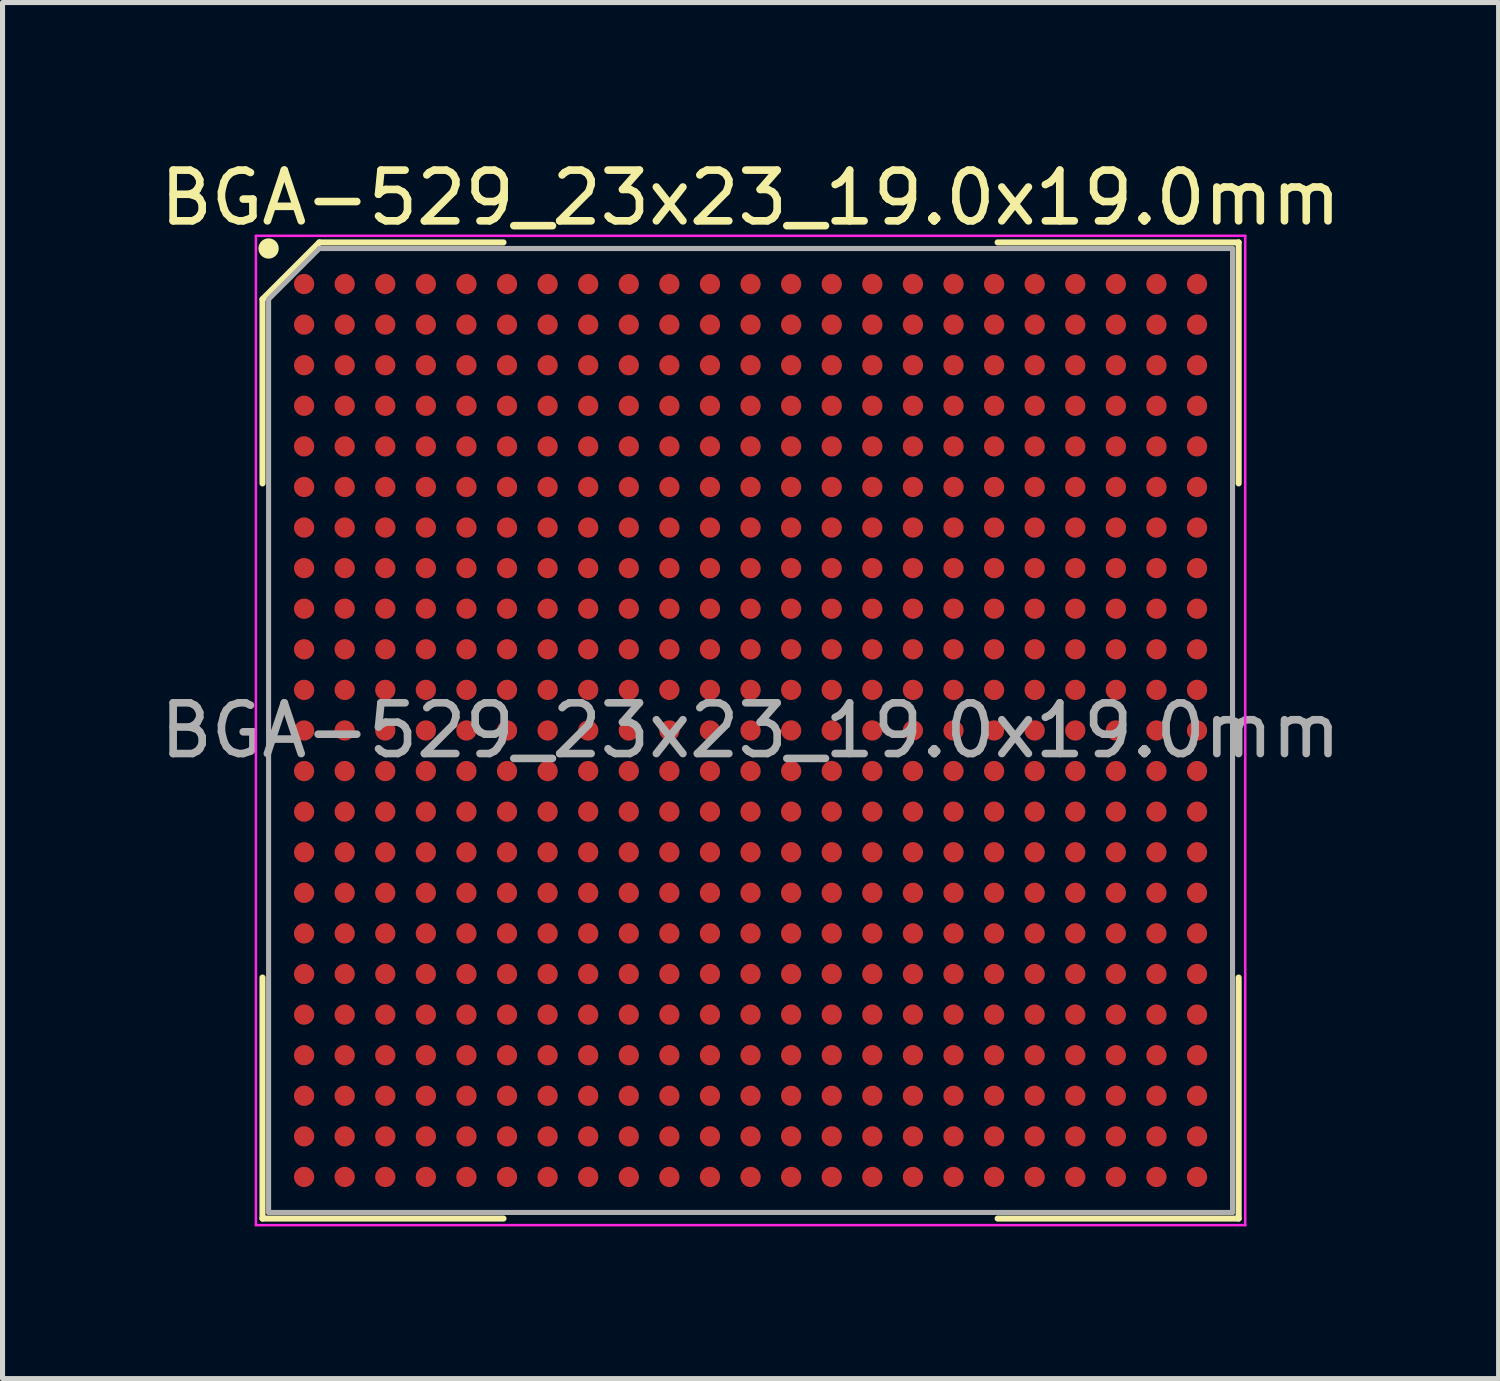
<source format=kicad_pcb>
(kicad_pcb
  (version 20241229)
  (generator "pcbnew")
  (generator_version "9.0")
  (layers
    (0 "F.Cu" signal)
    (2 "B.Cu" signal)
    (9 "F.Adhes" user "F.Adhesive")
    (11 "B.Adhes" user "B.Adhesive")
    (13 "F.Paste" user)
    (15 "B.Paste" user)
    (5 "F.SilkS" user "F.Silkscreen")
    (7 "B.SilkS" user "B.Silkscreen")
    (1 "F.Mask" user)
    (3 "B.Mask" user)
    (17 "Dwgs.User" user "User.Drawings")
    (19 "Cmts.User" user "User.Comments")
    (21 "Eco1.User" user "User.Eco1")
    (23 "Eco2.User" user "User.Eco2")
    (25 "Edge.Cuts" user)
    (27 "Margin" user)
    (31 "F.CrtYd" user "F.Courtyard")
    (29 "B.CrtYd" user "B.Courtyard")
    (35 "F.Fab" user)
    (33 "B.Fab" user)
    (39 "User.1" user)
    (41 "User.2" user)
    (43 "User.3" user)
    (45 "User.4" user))
  (footprint "BGA-529_23x23_19.0x19.0mm"
    (layer "F.Cu")
    (at 11.744 11.348)
    (property "Reference" "BGA-529_23x23_19.0x19.0mm" (at 0 -10.5 0) (layer "F.SilkS") (effects (font (size 1 1) (thickness 0.15))))
    (attr smd)
    (fp_line (start -9.62 -8.5) (end -9.62 -4.87) (stroke (width 0.12) (type default)) (layer "F.SilkS"))
    (fp_line (start -9.62 9.62) (end -9.62 4.87) (stroke (width 0.12) (type default)) (layer "F.SilkS"))
    (fp_line (start -8.5 -9.62) (end -9.62 -8.5) (stroke (width 0.12) (type default)) (layer "F.SilkS"))
    (fp_line (start -4.87 -9.62) (end -8.5 -9.62) (stroke (width 0.12) (type default)) (layer "F.SilkS"))
    (fp_line (start -4.87 9.62) (end -9.62 9.62) (stroke (width 0.12) (type default)) (layer "F.SilkS"))
    (fp_line (start 4.87 -9.62) (end 9.62 -9.62) (stroke (width 0.12) (type default)) (layer "F.SilkS"))
    (fp_line (start 4.87 9.62) (end 9.62 9.62) (stroke (width 0.12) (type default)) (layer "F.SilkS"))
    (fp_line (start 9.62 -9.62) (end 9.62 -4.87) (stroke (width 0.12) (type default)) (layer "F.SilkS"))
    (fp_line (start 9.62 9.62) (end 9.62 4.87) (stroke (width 0.12) (type default)) (layer "F.SilkS"))
    (fp_circle (center -9.5 -9.5) (end -9.5 -9.4) (stroke (width 0.2) (type default)) (fill no) (layer "F.SilkS"))
    (fp_line (start -9.75 -9.75) (end 9.75 -9.75) (stroke (width 0.05) (type default)) (layer "F.CrtYd"))
    (fp_line (start -9.75 9.75) (end -9.75 -9.75) (stroke (width 0.05) (type default)) (layer "F.CrtYd"))
    (fp_line (start 9.75 -9.75) (end 9.75 9.75) (stroke (width 0.05) (type default)) (layer "F.CrtYd"))
    (fp_line (start 9.75 9.75) (end -9.75 9.75) (stroke (width 0.05) (type default)) (layer "F.CrtYd"))
    (fp_line (start -9.5 -8.5) (end -9.5 9.5) (stroke (width 0.1) (type default)) (layer "F.Fab"))
    (fp_line (start -9.5 9.5) (end 9.5 9.5) (stroke (width 0.1) (type default)) (layer "F.Fab"))
    (fp_line (start -8.5 -9.5) (end -9.5 -8.5) (stroke (width 0.1) (type default)) (layer "F.Fab"))
    (fp_line (start 9.5 -9.5) (end -8.5 -9.5) (stroke (width 0.1) (type default)) (layer "F.Fab"))
    (fp_line (start 9.5 9.5) (end 9.5 -9.5) (stroke (width 0.1) (type default)) (layer "F.Fab"))
    (fp_text user "${REFERENCE}" (at 0 0 0) (layer "F.Fab") (effects (font (size 1 1) (thickness 0.15))))
    (pad "A1" smd circle (at -8.8 -8.8) (size 0.4 0.4) (layers "F.Cu" "F.Mask" "F.Paste"))
    (pad "A2" smd circle (at -8 -8.8) (size 0.4 0.4) (layers "F.Cu" "F.Mask" "F.Paste"))
    (pad "A3" smd circle (at -7.2 -8.8) (size 0.4 0.4) (layers "F.Cu" "F.Mask" "F.Paste"))
    (pad "A4" smd circle (at -6.4 -8.8) (size 0.4 0.4) (layers "F.Cu" "F.Mask" "F.Paste"))
    (pad "A5" smd circle (at -5.6 -8.8) (size 0.4 0.4) (layers "F.Cu" "F.Mask" "F.Paste"))
    (pad "A6" smd circle (at -4.8 -8.8) (size 0.4 0.4) (layers "F.Cu" "F.Mask" "F.Paste"))
    (pad "A7" smd circle (at -4 -8.8) (size 0.4 0.4) (layers "F.Cu" "F.Mask" "F.Paste"))
    (pad "A8" smd circle (at -3.2 -8.8) (size 0.4 0.4) (layers "F.Cu" "F.Mask" "F.Paste"))
    (pad "A9" smd circle (at -2.4 -8.8) (size 0.4 0.4) (layers "F.Cu" "F.Mask" "F.Paste"))
    (pad "A10" smd circle (at -1.6 -8.8) (size 0.4 0.4) (layers "F.Cu" "F.Mask" "F.Paste"))
    (pad "A11" smd circle (at -0.8 -8.8) (size 0.4 0.4) (layers "F.Cu" "F.Mask" "F.Paste"))
    (pad "A12" smd circle (at 0 -8.8) (size 0.4 0.4) (layers "F.Cu" "F.Mask" "F.Paste"))
    (pad "A13" smd circle (at 0.8 -8.8) (size 0.4 0.4) (layers "F.Cu" "F.Mask" "F.Paste"))
    (pad "A14" smd circle (at 1.6 -8.8) (size 0.4 0.4) (layers "F.Cu" "F.Mask" "F.Paste"))
    (pad "A15" smd circle (at 2.4 -8.8) (size 0.4 0.4) (layers "F.Cu" "F.Mask" "F.Paste"))
    (pad "A16" smd circle (at 3.2 -8.8) (size 0.4 0.4) (layers "F.Cu" "F.Mask" "F.Paste"))
    (pad "A17" smd circle (at 4 -8.8) (size 0.4 0.4) (layers "F.Cu" "F.Mask" "F.Paste"))
    (pad "A18" smd circle (at 4.8 -8.8) (size 0.4 0.4) (layers "F.Cu" "F.Mask" "F.Paste"))
    (pad "A19" smd circle (at 5.6 -8.8) (size 0.4 0.4) (layers "F.Cu" "F.Mask" "F.Paste"))
    (pad "A20" smd circle (at 6.4 -8.8) (size 0.4 0.4) (layers "F.Cu" "F.Mask" "F.Paste"))
    (pad "A21" smd circle (at 7.2 -8.8) (size 0.4 0.4) (layers "F.Cu" "F.Mask" "F.Paste"))
    (pad "A22" smd circle (at 8 -8.8) (size 0.4 0.4) (layers "F.Cu" "F.Mask" "F.Paste"))
    (pad "A23" smd circle (at 8.8 -8.8) (size 0.4 0.4) (layers "F.Cu" "F.Mask" "F.Paste"))
    (pad "AA1" smd circle (at -8.8 7.2) (size 0.4 0.4) (layers "F.Cu" "F.Mask" "F.Paste"))
    (pad "AA2" smd circle (at -8 7.2) (size 0.4 0.4) (layers "F.Cu" "F.Mask" "F.Paste"))
    (pad "AA3" smd circle (at -7.2 7.2) (size 0.4 0.4) (layers "F.Cu" "F.Mask" "F.Paste"))
    (pad "AA4" smd circle (at -6.4 7.2) (size 0.4 0.4) (layers "F.Cu" "F.Mask" "F.Paste"))
    (pad "AA5" smd circle (at -5.6 7.2) (size 0.4 0.4) (layers "F.Cu" "F.Mask" "F.Paste"))
    (pad "AA6" smd circle (at -4.8 7.2) (size 0.4 0.4) (layers "F.Cu" "F.Mask" "F.Paste"))
    (pad "AA7" smd circle (at -4 7.2) (size 0.4 0.4) (layers "F.Cu" "F.Mask" "F.Paste"))
    (pad "AA8" smd circle (at -3.2 7.2) (size 0.4 0.4) (layers "F.Cu" "F.Mask" "F.Paste"))
    (pad "AA9" smd circle (at -2.4 7.2) (size 0.4 0.4) (layers "F.Cu" "F.Mask" "F.Paste"))
    (pad "AA10" smd circle (at -1.6 7.2) (size 0.4 0.4) (layers "F.Cu" "F.Mask" "F.Paste"))
    (pad "AA11" smd circle (at -0.8 7.2) (size 0.4 0.4) (layers "F.Cu" "F.Mask" "F.Paste"))
    (pad "AA12" smd circle (at 0 7.2) (size 0.4 0.4) (layers "F.Cu" "F.Mask" "F.Paste"))
    (pad "AA13" smd circle (at 0.8 7.2) (size 0.4 0.4) (layers "F.Cu" "F.Mask" "F.Paste"))
    (pad "AA14" smd circle (at 1.6 7.2) (size 0.4 0.4) (layers "F.Cu" "F.Mask" "F.Paste"))
    (pad "AA15" smd circle (at 2.4 7.2) (size 0.4 0.4) (layers "F.Cu" "F.Mask" "F.Paste"))
    (pad "AA16" smd circle (at 3.2 7.2) (size 0.4 0.4) (layers "F.Cu" "F.Mask" "F.Paste"))
    (pad "AA17" smd circle (at 4 7.2) (size 0.4 0.4) (layers "F.Cu" "F.Mask" "F.Paste"))
    (pad "AA18" smd circle (at 4.8 7.2) (size 0.4 0.4) (layers "F.Cu" "F.Mask" "F.Paste"))
    (pad "AA19" smd circle (at 5.6 7.2) (size 0.4 0.4) (layers "F.Cu" "F.Mask" "F.Paste"))
    (pad "AA20" smd circle (at 6.4 7.2) (size 0.4 0.4) (layers "F.Cu" "F.Mask" "F.Paste"))
    (pad "AA21" smd circle (at 7.2 7.2) (size 0.4 0.4) (layers "F.Cu" "F.Mask" "F.Paste"))
    (pad "AA22" smd circle (at 8 7.2) (size 0.4 0.4) (layers "F.Cu" "F.Mask" "F.Paste"))
    (pad "AA23" smd circle (at 8.8 7.2) (size 0.4 0.4) (layers "F.Cu" "F.Mask" "F.Paste"))
    (pad "AB1" smd circle (at -8.8 8) (size 0.4 0.4) (layers "F.Cu" "F.Mask" "F.Paste"))
    (pad "AB2" smd circle (at -8 8) (size 0.4 0.4) (layers "F.Cu" "F.Mask" "F.Paste"))
    (pad "AB3" smd circle (at -7.2 8) (size 0.4 0.4) (layers "F.Cu" "F.Mask" "F.Paste"))
    (pad "AB4" smd circle (at -6.4 8) (size 0.4 0.4) (layers "F.Cu" "F.Mask" "F.Paste"))
    (pad "AB5" smd circle (at -5.6 8) (size 0.4 0.4) (layers "F.Cu" "F.Mask" "F.Paste"))
    (pad "AB6" smd circle (at -4.8 8) (size 0.4 0.4) (layers "F.Cu" "F.Mask" "F.Paste"))
    (pad "AB7" smd circle (at -4 8) (size 0.4 0.4) (layers "F.Cu" "F.Mask" "F.Paste"))
    (pad "AB8" smd circle (at -3.2 8) (size 0.4 0.4) (layers "F.Cu" "F.Mask" "F.Paste"))
    (pad "AB9" smd circle (at -2.4 8) (size 0.4 0.4) (layers "F.Cu" "F.Mask" "F.Paste"))
    (pad "AB10" smd circle (at -1.6 8) (size 0.4 0.4) (layers "F.Cu" "F.Mask" "F.Paste"))
    (pad "AB11" smd circle (at -0.8 8) (size 0.4 0.4) (layers "F.Cu" "F.Mask" "F.Paste"))
    (pad "AB12" smd circle (at 0 8) (size 0.4 0.4) (layers "F.Cu" "F.Mask" "F.Paste"))
    (pad "AB13" smd circle (at 0.8 8) (size 0.4 0.4) (layers "F.Cu" "F.Mask" "F.Paste"))
    (pad "AB14" smd circle (at 1.6 8) (size 0.4 0.4) (layers "F.Cu" "F.Mask" "F.Paste"))
    (pad "AB15" smd circle (at 2.4 8) (size 0.4 0.4) (layers "F.Cu" "F.Mask" "F.Paste"))
    (pad "AB16" smd circle (at 3.2 8) (size 0.4 0.4) (layers "F.Cu" "F.Mask" "F.Paste"))
    (pad "AB17" smd circle (at 4 8) (size 0.4 0.4) (layers "F.Cu" "F.Mask" "F.Paste"))
    (pad "AB18" smd circle (at 4.8 8) (size 0.4 0.4) (layers "F.Cu" "F.Mask" "F.Paste"))
    (pad "AB19" smd circle (at 5.6 8) (size 0.4 0.4) (layers "F.Cu" "F.Mask" "F.Paste"))
    (pad "AB20" smd circle (at 6.4 8) (size 0.4 0.4) (layers "F.Cu" "F.Mask" "F.Paste"))
    (pad "AB21" smd circle (at 7.2 8) (size 0.4 0.4) (layers "F.Cu" "F.Mask" "F.Paste"))
    (pad "AB22" smd circle (at 8 8) (size 0.4 0.4) (layers "F.Cu" "F.Mask" "F.Paste"))
    (pad "AB23" smd circle (at 8.8 8) (size 0.4 0.4) (layers "F.Cu" "F.Mask" "F.Paste"))
    (pad "AC1" smd circle (at -8.8 8.8) (size 0.4 0.4) (layers "F.Cu" "F.Mask" "F.Paste"))
    (pad "AC2" smd circle (at -8 8.8) (size 0.4 0.4) (layers "F.Cu" "F.Mask" "F.Paste"))
    (pad "AC3" smd circle (at -7.2 8.8) (size 0.4 0.4) (layers "F.Cu" "F.Mask" "F.Paste"))
    (pad "AC4" smd circle (at -6.4 8.8) (size 0.4 0.4) (layers "F.Cu" "F.Mask" "F.Paste"))
    (pad "AC5" smd circle (at -5.6 8.8) (size 0.4 0.4) (layers "F.Cu" "F.Mask" "F.Paste"))
    (pad "AC6" smd circle (at -4.8 8.8) (size 0.4 0.4) (layers "F.Cu" "F.Mask" "F.Paste"))
    (pad "AC7" smd circle (at -4 8.8) (size 0.4 0.4) (layers "F.Cu" "F.Mask" "F.Paste"))
    (pad "AC8" smd circle (at -3.2 8.8) (size 0.4 0.4) (layers "F.Cu" "F.Mask" "F.Paste"))
    (pad "AC9" smd circle (at -2.4 8.8) (size 0.4 0.4) (layers "F.Cu" "F.Mask" "F.Paste"))
    (pad "AC10" smd circle (at -1.6 8.8) (size 0.4 0.4) (layers "F.Cu" "F.Mask" "F.Paste"))
    (pad "AC11" smd circle (at -0.8 8.8) (size 0.4 0.4) (layers "F.Cu" "F.Mask" "F.Paste"))
    (pad "AC12" smd circle (at 0 8.8) (size 0.4 0.4) (layers "F.Cu" "F.Mask" "F.Paste"))
    (pad "AC13" smd circle (at 0.8 8.8) (size 0.4 0.4) (layers "F.Cu" "F.Mask" "F.Paste"))
    (pad "AC14" smd circle (at 1.6 8.8) (size 0.4 0.4) (layers "F.Cu" "F.Mask" "F.Paste"))
    (pad "AC15" smd circle (at 2.4 8.8) (size 0.4 0.4) (layers "F.Cu" "F.Mask" "F.Paste"))
    (pad "AC16" smd circle (at 3.2 8.8) (size 0.4 0.4) (layers "F.Cu" "F.Mask" "F.Paste"))
    (pad "AC17" smd circle (at 4 8.8) (size 0.4 0.4) (layers "F.Cu" "F.Mask" "F.Paste"))
    (pad "AC18" smd circle (at 4.8 8.8) (size 0.4 0.4) (layers "F.Cu" "F.Mask" "F.Paste"))
    (pad "AC19" smd circle (at 5.6 8.8) (size 0.4 0.4) (layers "F.Cu" "F.Mask" "F.Paste"))
    (pad "AC20" smd circle (at 6.4 8.8) (size 0.4 0.4) (layers "F.Cu" "F.Mask" "F.Paste"))
    (pad "AC21" smd circle (at 7.2 8.8) (size 0.4 0.4) (layers "F.Cu" "F.Mask" "F.Paste"))
    (pad "AC22" smd circle (at 8 8.8) (size 0.4 0.4) (layers "F.Cu" "F.Mask" "F.Paste"))
    (pad "AC23" smd circle (at 8.8 8.8) (size 0.4 0.4) (layers "F.Cu" "F.Mask" "F.Paste"))
    (pad "B1" smd circle (at -8.8 -8) (size 0.4 0.4) (layers "F.Cu" "F.Mask" "F.Paste"))
    (pad "B2" smd circle (at -8 -8) (size 0.4 0.4) (layers "F.Cu" "F.Mask" "F.Paste"))
    (pad "B3" smd circle (at -7.2 -8) (size 0.4 0.4) (layers "F.Cu" "F.Mask" "F.Paste"))
    (pad "B4" smd circle (at -6.4 -8) (size 0.4 0.4) (layers "F.Cu" "F.Mask" "F.Paste"))
    (pad "B5" smd circle (at -5.6 -8) (size 0.4 0.4) (layers "F.Cu" "F.Mask" "F.Paste"))
    (pad "B6" smd circle (at -4.8 -8) (size 0.4 0.4) (layers "F.Cu" "F.Mask" "F.Paste"))
    (pad "B7" smd circle (at -4 -8) (size 0.4 0.4) (layers "F.Cu" "F.Mask" "F.Paste"))
    (pad "B8" smd circle (at -3.2 -8) (size 0.4 0.4) (layers "F.Cu" "F.Mask" "F.Paste"))
    (pad "B9" smd circle (at -2.4 -8) (size 0.4 0.4) (layers "F.Cu" "F.Mask" "F.Paste"))
    (pad "B10" smd circle (at -1.6 -8) (size 0.4 0.4) (layers "F.Cu" "F.Mask" "F.Paste"))
    (pad "B11" smd circle (at -0.8 -8) (size 0.4 0.4) (layers "F.Cu" "F.Mask" "F.Paste"))
    (pad "B12" smd circle (at 0 -8) (size 0.4 0.4) (layers "F.Cu" "F.Mask" "F.Paste"))
    (pad "B13" smd circle (at 0.8 -8) (size 0.4 0.4) (layers "F.Cu" "F.Mask" "F.Paste"))
    (pad "B14" smd circle (at 1.6 -8) (size 0.4 0.4) (layers "F.Cu" "F.Mask" "F.Paste"))
    (pad "B15" smd circle (at 2.4 -8) (size 0.4 0.4) (layers "F.Cu" "F.Mask" "F.Paste"))
    (pad "B16" smd circle (at 3.2 -8) (size 0.4 0.4) (layers "F.Cu" "F.Mask" "F.Paste"))
    (pad "B17" smd circle (at 4 -8) (size 0.4 0.4) (layers "F.Cu" "F.Mask" "F.Paste"))
    (pad "B18" smd circle (at 4.8 -8) (size 0.4 0.4) (layers "F.Cu" "F.Mask" "F.Paste"))
    (pad "B19" smd circle (at 5.6 -8) (size 0.4 0.4) (layers "F.Cu" "F.Mask" "F.Paste"))
    (pad "B20" smd circle (at 6.4 -8) (size 0.4 0.4) (layers "F.Cu" "F.Mask" "F.Paste"))
    (pad "B21" smd circle (at 7.2 -8) (size 0.4 0.4) (layers "F.Cu" "F.Mask" "F.Paste"))
    (pad "B22" smd circle (at 8 -8) (size 0.4 0.4) (layers "F.Cu" "F.Mask" "F.Paste"))
    (pad "B23" smd circle (at 8.8 -8) (size 0.4 0.4) (layers "F.Cu" "F.Mask" "F.Paste"))
    (pad "C1" smd circle (at -8.8 -7.2) (size 0.4 0.4) (layers "F.Cu" "F.Mask" "F.Paste"))
    (pad "C2" smd circle (at -8 -7.2) (size 0.4 0.4) (layers "F.Cu" "F.Mask" "F.Paste"))
    (pad "C3" smd circle (at -7.2 -7.2) (size 0.4 0.4) (layers "F.Cu" "F.Mask" "F.Paste"))
    (pad "C4" smd circle (at -6.4 -7.2) (size 0.4 0.4) (layers "F.Cu" "F.Mask" "F.Paste"))
    (pad "C5" smd circle (at -5.6 -7.2) (size 0.4 0.4) (layers "F.Cu" "F.Mask" "F.Paste"))
    (pad "C6" smd circle (at -4.8 -7.2) (size 0.4 0.4) (layers "F.Cu" "F.Mask" "F.Paste"))
    (pad "C7" smd circle (at -4 -7.2) (size 0.4 0.4) (layers "F.Cu" "F.Mask" "F.Paste"))
    (pad "C8" smd circle (at -3.2 -7.2) (size 0.4 0.4) (layers "F.Cu" "F.Mask" "F.Paste"))
    (pad "C9" smd circle (at -2.4 -7.2) (size 0.4 0.4) (layers "F.Cu" "F.Mask" "F.Paste"))
    (pad "C10" smd circle (at -1.6 -7.2) (size 0.4 0.4) (layers "F.Cu" "F.Mask" "F.Paste"))
    (pad "C11" smd circle (at -0.8 -7.2) (size 0.4 0.4) (layers "F.Cu" "F.Mask" "F.Paste"))
    (pad "C12" smd circle (at 0 -7.2) (size 0.4 0.4) (layers "F.Cu" "F.Mask" "F.Paste"))
    (pad "C13" smd circle (at 0.8 -7.2) (size 0.4 0.4) (layers "F.Cu" "F.Mask" "F.Paste"))
    (pad "C14" smd circle (at 1.6 -7.2) (size 0.4 0.4) (layers "F.Cu" "F.Mask" "F.Paste"))
    (pad "C15" smd circle (at 2.4 -7.2) (size 0.4 0.4) (layers "F.Cu" "F.Mask" "F.Paste"))
    (pad "C16" smd circle (at 3.2 -7.2) (size 0.4 0.4) (layers "F.Cu" "F.Mask" "F.Paste"))
    (pad "C17" smd circle (at 4 -7.2) (size 0.4 0.4) (layers "F.Cu" "F.Mask" "F.Paste"))
    (pad "C18" smd circle (at 4.8 -7.2) (size 0.4 0.4) (layers "F.Cu" "F.Mask" "F.Paste"))
    (pad "C19" smd circle (at 5.6 -7.2) (size 0.4 0.4) (layers "F.Cu" "F.Mask" "F.Paste"))
    (pad "C20" smd circle (at 6.4 -7.2) (size 0.4 0.4) (layers "F.Cu" "F.Mask" "F.Paste"))
    (pad "C21" smd circle (at 7.2 -7.2) (size 0.4 0.4) (layers "F.Cu" "F.Mask" "F.Paste"))
    (pad "C22" smd circle (at 8 -7.2) (size 0.4 0.4) (layers "F.Cu" "F.Mask" "F.Paste"))
    (pad "C23" smd circle (at 8.8 -7.2) (size 0.4 0.4) (layers "F.Cu" "F.Mask" "F.Paste"))
    (pad "D1" smd circle (at -8.8 -6.4) (size 0.4 0.4) (layers "F.Cu" "F.Mask" "F.Paste"))
    (pad "D2" smd circle (at -8 -6.4) (size 0.4 0.4) (layers "F.Cu" "F.Mask" "F.Paste"))
    (pad "D3" smd circle (at -7.2 -6.4) (size 0.4 0.4) (layers "F.Cu" "F.Mask" "F.Paste"))
    (pad "D4" smd circle (at -6.4 -6.4) (size 0.4 0.4) (layers "F.Cu" "F.Mask" "F.Paste"))
    (pad "D5" smd circle (at -5.6 -6.4) (size 0.4 0.4) (layers "F.Cu" "F.Mask" "F.Paste"))
    (pad "D6" smd circle (at -4.8 -6.4) (size 0.4 0.4) (layers "F.Cu" "F.Mask" "F.Paste"))
    (pad "D7" smd circle (at -4 -6.4) (size 0.4 0.4) (layers "F.Cu" "F.Mask" "F.Paste"))
    (pad "D8" smd circle (at -3.2 -6.4) (size 0.4 0.4) (layers "F.Cu" "F.Mask" "F.Paste"))
    (pad "D9" smd circle (at -2.4 -6.4) (size 0.4 0.4) (layers "F.Cu" "F.Mask" "F.Paste"))
    (pad "D10" smd circle (at -1.6 -6.4) (size 0.4 0.4) (layers "F.Cu" "F.Mask" "F.Paste"))
    (pad "D11" smd circle (at -0.8 -6.4) (size 0.4 0.4) (layers "F.Cu" "F.Mask" "F.Paste"))
    (pad "D12" smd circle (at 0 -6.4) (size 0.4 0.4) (layers "F.Cu" "F.Mask" "F.Paste"))
    (pad "D13" smd circle (at 0.8 -6.4) (size 0.4 0.4) (layers "F.Cu" "F.Mask" "F.Paste"))
    (pad "D14" smd circle (at 1.6 -6.4) (size 0.4 0.4) (layers "F.Cu" "F.Mask" "F.Paste"))
    (pad "D15" smd circle (at 2.4 -6.4) (size 0.4 0.4) (layers "F.Cu" "F.Mask" "F.Paste"))
    (pad "D16" smd circle (at 3.2 -6.4) (size 0.4 0.4) (layers "F.Cu" "F.Mask" "F.Paste"))
    (pad "D17" smd circle (at 4 -6.4) (size 0.4 0.4) (layers "F.Cu" "F.Mask" "F.Paste"))
    (pad "D18" smd circle (at 4.8 -6.4) (size 0.4 0.4) (layers "F.Cu" "F.Mask" "F.Paste"))
    (pad "D19" smd circle (at 5.6 -6.4) (size 0.4 0.4) (layers "F.Cu" "F.Mask" "F.Paste"))
    (pad "D20" smd circle (at 6.4 -6.4) (size 0.4 0.4) (layers "F.Cu" "F.Mask" "F.Paste"))
    (pad "D21" smd circle (at 7.2 -6.4) (size 0.4 0.4) (layers "F.Cu" "F.Mask" "F.Paste"))
    (pad "D22" smd circle (at 8 -6.4) (size 0.4 0.4) (layers "F.Cu" "F.Mask" "F.Paste"))
    (pad "D23" smd circle (at 8.8 -6.4) (size 0.4 0.4) (layers "F.Cu" "F.Mask" "F.Paste"))
    (pad "E1" smd circle (at -8.8 -5.6) (size 0.4 0.4) (layers "F.Cu" "F.Mask" "F.Paste"))
    (pad "E2" smd circle (at -8 -5.6) (size 0.4 0.4) (layers "F.Cu" "F.Mask" "F.Paste"))
    (pad "E3" smd circle (at -7.2 -5.6) (size 0.4 0.4) (layers "F.Cu" "F.Mask" "F.Paste"))
    (pad "E4" smd circle (at -6.4 -5.6) (size 0.4 0.4) (layers "F.Cu" "F.Mask" "F.Paste"))
    (pad "E5" smd circle (at -5.6 -5.6) (size 0.4 0.4) (layers "F.Cu" "F.Mask" "F.Paste"))
    (pad "E6" smd circle (at -4.8 -5.6) (size 0.4 0.4) (layers "F.Cu" "F.Mask" "F.Paste"))
    (pad "E7" smd circle (at -4 -5.6) (size 0.4 0.4) (layers "F.Cu" "F.Mask" "F.Paste"))
    (pad "E8" smd circle (at -3.2 -5.6) (size 0.4 0.4) (layers "F.Cu" "F.Mask" "F.Paste"))
    (pad "E9" smd circle (at -2.4 -5.6) (size 0.4 0.4) (layers "F.Cu" "F.Mask" "F.Paste"))
    (pad "E10" smd circle (at -1.6 -5.6) (size 0.4 0.4) (layers "F.Cu" "F.Mask" "F.Paste"))
    (pad "E11" smd circle (at -0.8 -5.6) (size 0.4 0.4) (layers "F.Cu" "F.Mask" "F.Paste"))
    (pad "E12" smd circle (at 0 -5.6) (size 0.4 0.4) (layers "F.Cu" "F.Mask" "F.Paste"))
    (pad "E13" smd circle (at 0.8 -5.6) (size 0.4 0.4) (layers "F.Cu" "F.Mask" "F.Paste"))
    (pad "E14" smd circle (at 1.6 -5.6) (size 0.4 0.4) (layers "F.Cu" "F.Mask" "F.Paste"))
    (pad "E15" smd circle (at 2.4 -5.6) (size 0.4 0.4) (layers "F.Cu" "F.Mask" "F.Paste"))
    (pad "E16" smd circle (at 3.2 -5.6) (size 0.4 0.4) (layers "F.Cu" "F.Mask" "F.Paste"))
    (pad "E17" smd circle (at 4 -5.6) (size 0.4 0.4) (layers "F.Cu" "F.Mask" "F.Paste"))
    (pad "E18" smd circle (at 4.8 -5.6) (size 0.4 0.4) (layers "F.Cu" "F.Mask" "F.Paste"))
    (pad "E19" smd circle (at 5.6 -5.6) (size 0.4 0.4) (layers "F.Cu" "F.Mask" "F.Paste"))
    (pad "E20" smd circle (at 6.4 -5.6) (size 0.4 0.4) (layers "F.Cu" "F.Mask" "F.Paste"))
    (pad "E21" smd circle (at 7.2 -5.6) (size 0.4 0.4) (layers "F.Cu" "F.Mask" "F.Paste"))
    (pad "E22" smd circle (at 8 -5.6) (size 0.4 0.4) (layers "F.Cu" "F.Mask" "F.Paste"))
    (pad "E23" smd circle (at 8.8 -5.6) (size 0.4 0.4) (layers "F.Cu" "F.Mask" "F.Paste"))
    (pad "F1" smd circle (at -8.8 -4.8) (size 0.4 0.4) (layers "F.Cu" "F.Mask" "F.Paste"))
    (pad "F2" smd circle (at -8 -4.8) (size 0.4 0.4) (layers "F.Cu" "F.Mask" "F.Paste"))
    (pad "F3" smd circle (at -7.2 -4.8) (size 0.4 0.4) (layers "F.Cu" "F.Mask" "F.Paste"))
    (pad "F4" smd circle (at -6.4 -4.8) (size 0.4 0.4) (layers "F.Cu" "F.Mask" "F.Paste"))
    (pad "F5" smd circle (at -5.6 -4.8) (size 0.4 0.4) (layers "F.Cu" "F.Mask" "F.Paste"))
    (pad "F6" smd circle (at -4.8 -4.8) (size 0.4 0.4) (layers "F.Cu" "F.Mask" "F.Paste"))
    (pad "F7" smd circle (at -4 -4.8) (size 0.4 0.4) (layers "F.Cu" "F.Mask" "F.Paste"))
    (pad "F8" smd circle (at -3.2 -4.8) (size 0.4 0.4) (layers "F.Cu" "F.Mask" "F.Paste"))
    (pad "F9" smd circle (at -2.4 -4.8) (size 0.4 0.4) (layers "F.Cu" "F.Mask" "F.Paste"))
    (pad "F10" smd circle (at -1.6 -4.8) (size 0.4 0.4) (layers "F.Cu" "F.Mask" "F.Paste"))
    (pad "F11" smd circle (at -0.8 -4.8) (size 0.4 0.4) (layers "F.Cu" "F.Mask" "F.Paste"))
    (pad "F12" smd circle (at 0 -4.8) (size 0.4 0.4) (layers "F.Cu" "F.Mask" "F.Paste"))
    (pad "F13" smd circle (at 0.8 -4.8) (size 0.4 0.4) (layers "F.Cu" "F.Mask" "F.Paste"))
    (pad "F14" smd circle (at 1.6 -4.8) (size 0.4 0.4) (layers "F.Cu" "F.Mask" "F.Paste"))
    (pad "F15" smd circle (at 2.4 -4.8) (size 0.4 0.4) (layers "F.Cu" "F.Mask" "F.Paste"))
    (pad "F16" smd circle (at 3.2 -4.8) (size 0.4 0.4) (layers "F.Cu" "F.Mask" "F.Paste"))
    (pad "F17" smd circle (at 4 -4.8) (size 0.4 0.4) (layers "F.Cu" "F.Mask" "F.Paste"))
    (pad "F18" smd circle (at 4.8 -4.8) (size 0.4 0.4) (layers "F.Cu" "F.Mask" "F.Paste"))
    (pad "F19" smd circle (at 5.6 -4.8) (size 0.4 0.4) (layers "F.Cu" "F.Mask" "F.Paste"))
    (pad "F20" smd circle (at 6.4 -4.8) (size 0.4 0.4) (layers "F.Cu" "F.Mask" "F.Paste"))
    (pad "F21" smd circle (at 7.2 -4.8) (size 0.4 0.4) (layers "F.Cu" "F.Mask" "F.Paste"))
    (pad "F22" smd circle (at 8 -4.8) (size 0.4 0.4) (layers "F.Cu" "F.Mask" "F.Paste"))
    (pad "F23" smd circle (at 8.8 -4.8) (size 0.4 0.4) (layers "F.Cu" "F.Mask" "F.Paste"))
    (pad "G1" smd circle (at -8.8 -4) (size 0.4 0.4) (layers "F.Cu" "F.Mask" "F.Paste"))
    (pad "G2" smd circle (at -8 -4) (size 0.4 0.4) (layers "F.Cu" "F.Mask" "F.Paste"))
    (pad "G3" smd circle (at -7.2 -4) (size 0.4 0.4) (layers "F.Cu" "F.Mask" "F.Paste"))
    (pad "G4" smd circle (at -6.4 -4) (size 0.4 0.4) (layers "F.Cu" "F.Mask" "F.Paste"))
    (pad "G5" smd circle (at -5.6 -4) (size 0.4 0.4) (layers "F.Cu" "F.Mask" "F.Paste"))
    (pad "G6" smd circle (at -4.8 -4) (size 0.4 0.4) (layers "F.Cu" "F.Mask" "F.Paste"))
    (pad "G7" smd circle (at -4 -4) (size 0.4 0.4) (layers "F.Cu" "F.Mask" "F.Paste"))
    (pad "G8" smd circle (at -3.2 -4) (size 0.4 0.4) (layers "F.Cu" "F.Mask" "F.Paste"))
    (pad "G9" smd circle (at -2.4 -4) (size 0.4 0.4) (layers "F.Cu" "F.Mask" "F.Paste"))
    (pad "G10" smd circle (at -1.6 -4) (size 0.4 0.4) (layers "F.Cu" "F.Mask" "F.Paste"))
    (pad "G11" smd circle (at -0.8 -4) (size 0.4 0.4) (layers "F.Cu" "F.Mask" "F.Paste"))
    (pad "G12" smd circle (at 0 -4) (size 0.4 0.4) (layers "F.Cu" "F.Mask" "F.Paste"))
    (pad "G13" smd circle (at 0.8 -4) (size 0.4 0.4) (layers "F.Cu" "F.Mask" "F.Paste"))
    (pad "G14" smd circle (at 1.6 -4) (size 0.4 0.4) (layers "F.Cu" "F.Mask" "F.Paste"))
    (pad "G15" smd circle (at 2.4 -4) (size 0.4 0.4) (layers "F.Cu" "F.Mask" "F.Paste"))
    (pad "G16" smd circle (at 3.2 -4) (size 0.4 0.4) (layers "F.Cu" "F.Mask" "F.Paste"))
    (pad "G17" smd circle (at 4 -4) (size 0.4 0.4) (layers "F.Cu" "F.Mask" "F.Paste"))
    (pad "G18" smd circle (at 4.8 -4) (size 0.4 0.4) (layers "F.Cu" "F.Mask" "F.Paste"))
    (pad "G19" smd circle (at 5.6 -4) (size 0.4 0.4) (layers "F.Cu" "F.Mask" "F.Paste"))
    (pad "G20" smd circle (at 6.4 -4) (size 0.4 0.4) (layers "F.Cu" "F.Mask" "F.Paste"))
    (pad "G21" smd circle (at 7.2 -4) (size 0.4 0.4) (layers "F.Cu" "F.Mask" "F.Paste"))
    (pad "G22" smd circle (at 8 -4) (size 0.4 0.4) (layers "F.Cu" "F.Mask" "F.Paste"))
    (pad "G23" smd circle (at 8.8 -4) (size 0.4 0.4) (layers "F.Cu" "F.Mask" "F.Paste"))
    (pad "H1" smd circle (at -8.8 -3.2) (size 0.4 0.4) (layers "F.Cu" "F.Mask" "F.Paste"))
    (pad "H2" smd circle (at -8 -3.2) (size 0.4 0.4) (layers "F.Cu" "F.Mask" "F.Paste"))
    (pad "H3" smd circle (at -7.2 -3.2) (size 0.4 0.4) (layers "F.Cu" "F.Mask" "F.Paste"))
    (pad "H4" smd circle (at -6.4 -3.2) (size 0.4 0.4) (layers "F.Cu" "F.Mask" "F.Paste"))
    (pad "H5" smd circle (at -5.6 -3.2) (size 0.4 0.4) (layers "F.Cu" "F.Mask" "F.Paste"))
    (pad "H6" smd circle (at -4.8 -3.2) (size 0.4 0.4) (layers "F.Cu" "F.Mask" "F.Paste"))
    (pad "H7" smd circle (at -4 -3.2) (size 0.4 0.4) (layers "F.Cu" "F.Mask" "F.Paste"))
    (pad "H8" smd circle (at -3.2 -3.2) (size 0.4 0.4) (layers "F.Cu" "F.Mask" "F.Paste"))
    (pad "H9" smd circle (at -2.4 -3.2) (size 0.4 0.4) (layers "F.Cu" "F.Mask" "F.Paste"))
    (pad "H10" smd circle (at -1.6 -3.2) (size 0.4 0.4) (layers "F.Cu" "F.Mask" "F.Paste"))
    (pad "H11" smd circle (at -0.8 -3.2) (size 0.4 0.4) (layers "F.Cu" "F.Mask" "F.Paste"))
    (pad "H12" smd circle (at 0 -3.2) (size 0.4 0.4) (layers "F.Cu" "F.Mask" "F.Paste"))
    (pad "H13" smd circle (at 0.8 -3.2) (size 0.4 0.4) (layers "F.Cu" "F.Mask" "F.Paste"))
    (pad "H14" smd circle (at 1.6 -3.2) (size 0.4 0.4) (layers "F.Cu" "F.Mask" "F.Paste"))
    (pad "H15" smd circle (at 2.4 -3.2) (size 0.4 0.4) (layers "F.Cu" "F.Mask" "F.Paste"))
    (pad "H16" smd circle (at 3.2 -3.2) (size 0.4 0.4) (layers "F.Cu" "F.Mask" "F.Paste"))
    (pad "H17" smd circle (at 4 -3.2) (size 0.4 0.4) (layers "F.Cu" "F.Mask" "F.Paste"))
    (pad "H18" smd circle (at 4.8 -3.2) (size 0.4 0.4) (layers "F.Cu" "F.Mask" "F.Paste"))
    (pad "H19" smd circle (at 5.6 -3.2) (size 0.4 0.4) (layers "F.Cu" "F.Mask" "F.Paste"))
    (pad "H20" smd circle (at 6.4 -3.2) (size 0.4 0.4) (layers "F.Cu" "F.Mask" "F.Paste"))
    (pad "H21" smd circle (at 7.2 -3.2) (size 0.4 0.4) (layers "F.Cu" "F.Mask" "F.Paste"))
    (pad "H22" smd circle (at 8 -3.2) (size 0.4 0.4) (layers "F.Cu" "F.Mask" "F.Paste"))
    (pad "H23" smd circle (at 8.8 -3.2) (size 0.4 0.4) (layers "F.Cu" "F.Mask" "F.Paste"))
    (pad "J1" smd circle (at -8.8 -2.4) (size 0.4 0.4) (layers "F.Cu" "F.Mask" "F.Paste"))
    (pad "J2" smd circle (at -8 -2.4) (size 0.4 0.4) (layers "F.Cu" "F.Mask" "F.Paste"))
    (pad "J3" smd circle (at -7.2 -2.4) (size 0.4 0.4) (layers "F.Cu" "F.Mask" "F.Paste"))
    (pad "J4" smd circle (at -6.4 -2.4) (size 0.4 0.4) (layers "F.Cu" "F.Mask" "F.Paste"))
    (pad "J5" smd circle (at -5.6 -2.4) (size 0.4 0.4) (layers "F.Cu" "F.Mask" "F.Paste"))
    (pad "J6" smd circle (at -4.8 -2.4) (size 0.4 0.4) (layers "F.Cu" "F.Mask" "F.Paste"))
    (pad "J7" smd circle (at -4 -2.4) (size 0.4 0.4) (layers "F.Cu" "F.Mask" "F.Paste"))
    (pad "J8" smd circle (at -3.2 -2.4) (size 0.4 0.4) (layers "F.Cu" "F.Mask" "F.Paste"))
    (pad "J9" smd circle (at -2.4 -2.4) (size 0.4 0.4) (layers "F.Cu" "F.Mask" "F.Paste"))
    (pad "J10" smd circle (at -1.6 -2.4) (size 0.4 0.4) (layers "F.Cu" "F.Mask" "F.Paste"))
    (pad "J11" smd circle (at -0.8 -2.4) (size 0.4 0.4) (layers "F.Cu" "F.Mask" "F.Paste"))
    (pad "J12" smd circle (at 0 -2.4) (size 0.4 0.4) (layers "F.Cu" "F.Mask" "F.Paste"))
    (pad "J13" smd circle (at 0.8 -2.4) (size 0.4 0.4) (layers "F.Cu" "F.Mask" "F.Paste"))
    (pad "J14" smd circle (at 1.6 -2.4) (size 0.4 0.4) (layers "F.Cu" "F.Mask" "F.Paste"))
    (pad "J15" smd circle (at 2.4 -2.4) (size 0.4 0.4) (layers "F.Cu" "F.Mask" "F.Paste"))
    (pad "J16" smd circle (at 3.2 -2.4) (size 0.4 0.4) (layers "F.Cu" "F.Mask" "F.Paste"))
    (pad "J17" smd circle (at 4 -2.4) (size 0.4 0.4) (layers "F.Cu" "F.Mask" "F.Paste"))
    (pad "J18" smd circle (at 4.8 -2.4) (size 0.4 0.4) (layers "F.Cu" "F.Mask" "F.Paste"))
    (pad "J19" smd circle (at 5.6 -2.4) (size 0.4 0.4) (layers "F.Cu" "F.Mask" "F.Paste"))
    (pad "J20" smd circle (at 6.4 -2.4) (size 0.4 0.4) (layers "F.Cu" "F.Mask" "F.Paste"))
    (pad "J21" smd circle (at 7.2 -2.4) (size 0.4 0.4) (layers "F.Cu" "F.Mask" "F.Paste"))
    (pad "J22" smd circle (at 8 -2.4) (size 0.4 0.4) (layers "F.Cu" "F.Mask" "F.Paste"))
    (pad "J23" smd circle (at 8.8 -2.4) (size 0.4 0.4) (layers "F.Cu" "F.Mask" "F.Paste"))
    (pad "K1" smd circle (at -8.8 -1.6) (size 0.4 0.4) (layers "F.Cu" "F.Mask" "F.Paste"))
    (pad "K2" smd circle (at -8 -1.6) (size 0.4 0.4) (layers "F.Cu" "F.Mask" "F.Paste"))
    (pad "K3" smd circle (at -7.2 -1.6) (size 0.4 0.4) (layers "F.Cu" "F.Mask" "F.Paste"))
    (pad "K4" smd circle (at -6.4 -1.6) (size 0.4 0.4) (layers "F.Cu" "F.Mask" "F.Paste"))
    (pad "K5" smd circle (at -5.6 -1.6) (size 0.4 0.4) (layers "F.Cu" "F.Mask" "F.Paste"))
    (pad "K6" smd circle (at -4.8 -1.6) (size 0.4 0.4) (layers "F.Cu" "F.Mask" "F.Paste"))
    (pad "K7" smd circle (at -4 -1.6) (size 0.4 0.4) (layers "F.Cu" "F.Mask" "F.Paste"))
    (pad "K8" smd circle (at -3.2 -1.6) (size 0.4 0.4) (layers "F.Cu" "F.Mask" "F.Paste"))
    (pad "K9" smd circle (at -2.4 -1.6) (size 0.4 0.4) (layers "F.Cu" "F.Mask" "F.Paste"))
    (pad "K10" smd circle (at -1.6 -1.6) (size 0.4 0.4) (layers "F.Cu" "F.Mask" "F.Paste"))
    (pad "K11" smd circle (at -0.8 -1.6) (size 0.4 0.4) (layers "F.Cu" "F.Mask" "F.Paste"))
    (pad "K12" smd circle (at 0 -1.6) (size 0.4 0.4) (layers "F.Cu" "F.Mask" "F.Paste"))
    (pad "K13" smd circle (at 0.8 -1.6) (size 0.4 0.4) (layers "F.Cu" "F.Mask" "F.Paste"))
    (pad "K14" smd circle (at 1.6 -1.6) (size 0.4 0.4) (layers "F.Cu" "F.Mask" "F.Paste"))
    (pad "K15" smd circle (at 2.4 -1.6) (size 0.4 0.4) (layers "F.Cu" "F.Mask" "F.Paste"))
    (pad "K16" smd circle (at 3.2 -1.6) (size 0.4 0.4) (layers "F.Cu" "F.Mask" "F.Paste"))
    (pad "K17" smd circle (at 4 -1.6) (size 0.4 0.4) (layers "F.Cu" "F.Mask" "F.Paste"))
    (pad "K18" smd circle (at 4.8 -1.6) (size 0.4 0.4) (layers "F.Cu" "F.Mask" "F.Paste"))
    (pad "K19" smd circle (at 5.6 -1.6) (size 0.4 0.4) (layers "F.Cu" "F.Mask" "F.Paste"))
    (pad "K20" smd circle (at 6.4 -1.6) (size 0.4 0.4) (layers "F.Cu" "F.Mask" "F.Paste"))
    (pad "K21" smd circle (at 7.2 -1.6) (size 0.4 0.4) (layers "F.Cu" "F.Mask" "F.Paste"))
    (pad "K22" smd circle (at 8 -1.6) (size 0.4 0.4) (layers "F.Cu" "F.Mask" "F.Paste"))
    (pad "K23" smd circle (at 8.8 -1.6) (size 0.4 0.4) (layers "F.Cu" "F.Mask" "F.Paste"))
    (pad "L1" smd circle (at -8.8 -0.8) (size 0.4 0.4) (layers "F.Cu" "F.Mask" "F.Paste"))
    (pad "L2" smd circle (at -8 -0.8) (size 0.4 0.4) (layers "F.Cu" "F.Mask" "F.Paste"))
    (pad "L3" smd circle (at -7.2 -0.8) (size 0.4 0.4) (layers "F.Cu" "F.Mask" "F.Paste"))
    (pad "L4" smd circle (at -6.4 -0.8) (size 0.4 0.4) (layers "F.Cu" "F.Mask" "F.Paste"))
    (pad "L5" smd circle (at -5.6 -0.8) (size 0.4 0.4) (layers "F.Cu" "F.Mask" "F.Paste"))
    (pad "L6" smd circle (at -4.8 -0.8) (size 0.4 0.4) (layers "F.Cu" "F.Mask" "F.Paste"))
    (pad "L7" smd circle (at -4 -0.8) (size 0.4 0.4) (layers "F.Cu" "F.Mask" "F.Paste"))
    (pad "L8" smd circle (at -3.2 -0.8) (size 0.4 0.4) (layers "F.Cu" "F.Mask" "F.Paste"))
    (pad "L9" smd circle (at -2.4 -0.8) (size 0.4 0.4) (layers "F.Cu" "F.Mask" "F.Paste"))
    (pad "L10" smd circle (at -1.6 -0.8) (size 0.4 0.4) (layers "F.Cu" "F.Mask" "F.Paste"))
    (pad "L11" smd circle (at -0.8 -0.8) (size 0.4 0.4) (layers "F.Cu" "F.Mask" "F.Paste"))
    (pad "L12" smd circle (at 0 -0.8) (size 0.4 0.4) (layers "F.Cu" "F.Mask" "F.Paste"))
    (pad "L13" smd circle (at 0.8 -0.8) (size 0.4 0.4) (layers "F.Cu" "F.Mask" "F.Paste"))
    (pad "L14" smd circle (at 1.6 -0.8) (size 0.4 0.4) (layers "F.Cu" "F.Mask" "F.Paste"))
    (pad "L15" smd circle (at 2.4 -0.8) (size 0.4 0.4) (layers "F.Cu" "F.Mask" "F.Paste"))
    (pad "L16" smd circle (at 3.2 -0.8) (size 0.4 0.4) (layers "F.Cu" "F.Mask" "F.Paste"))
    (pad "L17" smd circle (at 4 -0.8) (size 0.4 0.4) (layers "F.Cu" "F.Mask" "F.Paste"))
    (pad "L18" smd circle (at 4.8 -0.8) (size 0.4 0.4) (layers "F.Cu" "F.Mask" "F.Paste"))
    (pad "L19" smd circle (at 5.6 -0.8) (size 0.4 0.4) (layers "F.Cu" "F.Mask" "F.Paste"))
    (pad "L20" smd circle (at 6.4 -0.8) (size 0.4 0.4) (layers "F.Cu" "F.Mask" "F.Paste"))
    (pad "L21" smd circle (at 7.2 -0.8) (size 0.4 0.4) (layers "F.Cu" "F.Mask" "F.Paste"))
    (pad "L22" smd circle (at 8 -0.8) (size 0.4 0.4) (layers "F.Cu" "F.Mask" "F.Paste"))
    (pad "L23" smd circle (at 8.8 -0.8) (size 0.4 0.4) (layers "F.Cu" "F.Mask" "F.Paste"))
    (pad "M1" smd circle (at -8.8 0) (size 0.4 0.4) (layers "F.Cu" "F.Mask" "F.Paste"))
    (pad "M2" smd circle (at -8 0) (size 0.4 0.4) (layers "F.Cu" "F.Mask" "F.Paste"))
    (pad "M3" smd circle (at -7.2 0) (size 0.4 0.4) (layers "F.Cu" "F.Mask" "F.Paste"))
    (pad "M4" smd circle (at -6.4 0) (size 0.4 0.4) (layers "F.Cu" "F.Mask" "F.Paste"))
    (pad "M5" smd circle (at -5.6 0) (size 0.4 0.4) (layers "F.Cu" "F.Mask" "F.Paste"))
    (pad "M6" smd circle (at -4.8 0) (size 0.4 0.4) (layers "F.Cu" "F.Mask" "F.Paste"))
    (pad "M7" smd circle (at -4 0) (size 0.4 0.4) (layers "F.Cu" "F.Mask" "F.Paste"))
    (pad "M8" smd circle (at -3.2 0) (size 0.4 0.4) (layers "F.Cu" "F.Mask" "F.Paste"))
    (pad "M9" smd circle (at -2.4 0) (size 0.4 0.4) (layers "F.Cu" "F.Mask" "F.Paste"))
    (pad "M10" smd circle (at -1.6 0) (size 0.4 0.4) (layers "F.Cu" "F.Mask" "F.Paste"))
    (pad "M11" smd circle (at -0.8 0) (size 0.4 0.4) (layers "F.Cu" "F.Mask" "F.Paste"))
    (pad "M12" smd circle (at 0 0) (size 0.4 0.4) (layers "F.Cu" "F.Mask" "F.Paste"))
    (pad "M13" smd circle (at 0.8 0) (size 0.4 0.4) (layers "F.Cu" "F.Mask" "F.Paste"))
    (pad "M14" smd circle (at 1.6 0) (size 0.4 0.4) (layers "F.Cu" "F.Mask" "F.Paste"))
    (pad "M15" smd circle (at 2.4 0) (size 0.4 0.4) (layers "F.Cu" "F.Mask" "F.Paste"))
    (pad "M16" smd circle (at 3.2 0) (size 0.4 0.4) (layers "F.Cu" "F.Mask" "F.Paste"))
    (pad "M17" smd circle (at 4 0) (size 0.4 0.4) (layers "F.Cu" "F.Mask" "F.Paste"))
    (pad "M18" smd circle (at 4.8 0) (size 0.4 0.4) (layers "F.Cu" "F.Mask" "F.Paste"))
    (pad "M19" smd circle (at 5.6 0) (size 0.4 0.4) (layers "F.Cu" "F.Mask" "F.Paste"))
    (pad "M20" smd circle (at 6.4 0) (size 0.4 0.4) (layers "F.Cu" "F.Mask" "F.Paste"))
    (pad "M21" smd circle (at 7.2 0) (size 0.4 0.4) (layers "F.Cu" "F.Mask" "F.Paste"))
    (pad "M22" smd circle (at 8 0) (size 0.4 0.4) (layers "F.Cu" "F.Mask" "F.Paste"))
    (pad "M23" smd circle (at 8.8 0) (size 0.4 0.4) (layers "F.Cu" "F.Mask" "F.Paste"))
    (pad "N1" smd circle (at -8.8 0.8) (size 0.4 0.4) (layers "F.Cu" "F.Mask" "F.Paste"))
    (pad "N2" smd circle (at -8 0.8) (size 0.4 0.4) (layers "F.Cu" "F.Mask" "F.Paste"))
    (pad "N3" smd circle (at -7.2 0.8) (size 0.4 0.4) (layers "F.Cu" "F.Mask" "F.Paste"))
    (pad "N4" smd circle (at -6.4 0.8) (size 0.4 0.4) (layers "F.Cu" "F.Mask" "F.Paste"))
    (pad "N5" smd circle (at -5.6 0.8) (size 0.4 0.4) (layers "F.Cu" "F.Mask" "F.Paste"))
    (pad "N6" smd circle (at -4.8 0.8) (size 0.4 0.4) (layers "F.Cu" "F.Mask" "F.Paste"))
    (pad "N7" smd circle (at -4 0.8) (size 0.4 0.4) (layers "F.Cu" "F.Mask" "F.Paste"))
    (pad "N8" smd circle (at -3.2 0.8) (size 0.4 0.4) (layers "F.Cu" "F.Mask" "F.Paste"))
    (pad "N9" smd circle (at -2.4 0.8) (size 0.4 0.4) (layers "F.Cu" "F.Mask" "F.Paste"))
    (pad "N10" smd circle (at -1.6 0.8) (size 0.4 0.4) (layers "F.Cu" "F.Mask" "F.Paste"))
    (pad "N11" smd circle (at -0.8 0.8) (size 0.4 0.4) (layers "F.Cu" "F.Mask" "F.Paste"))
    (pad "N12" smd circle (at 0 0.8) (size 0.4 0.4) (layers "F.Cu" "F.Mask" "F.Paste"))
    (pad "N13" smd circle (at 0.8 0.8) (size 0.4 0.4) (layers "F.Cu" "F.Mask" "F.Paste"))
    (pad "N14" smd circle (at 1.6 0.8) (size 0.4 0.4) (layers "F.Cu" "F.Mask" "F.Paste"))
    (pad "N15" smd circle (at 2.4 0.8) (size 0.4 0.4) (layers "F.Cu" "F.Mask" "F.Paste"))
    (pad "N16" smd circle (at 3.2 0.8) (size 0.4 0.4) (layers "F.Cu" "F.Mask" "F.Paste"))
    (pad "N17" smd circle (at 4 0.8) (size 0.4 0.4) (layers "F.Cu" "F.Mask" "F.Paste"))
    (pad "N18" smd circle (at 4.8 0.8) (size 0.4 0.4) (layers "F.Cu" "F.Mask" "F.Paste"))
    (pad "N19" smd circle (at 5.6 0.8) (size 0.4 0.4) (layers "F.Cu" "F.Mask" "F.Paste"))
    (pad "N20" smd circle (at 6.4 0.8) (size 0.4 0.4) (layers "F.Cu" "F.Mask" "F.Paste"))
    (pad "N21" smd circle (at 7.2 0.8) (size 0.4 0.4) (layers "F.Cu" "F.Mask" "F.Paste"))
    (pad "N22" smd circle (at 8 0.8) (size 0.4 0.4) (layers "F.Cu" "F.Mask" "F.Paste"))
    (pad "N23" smd circle (at 8.8 0.8) (size 0.4 0.4) (layers "F.Cu" "F.Mask" "F.Paste"))
    (pad "P1" smd circle (at -8.8 1.6) (size 0.4 0.4) (layers "F.Cu" "F.Mask" "F.Paste"))
    (pad "P2" smd circle (at -8 1.6) (size 0.4 0.4) (layers "F.Cu" "F.Mask" "F.Paste"))
    (pad "P3" smd circle (at -7.2 1.6) (size 0.4 0.4) (layers "F.Cu" "F.Mask" "F.Paste"))
    (pad "P4" smd circle (at -6.4 1.6) (size 0.4 0.4) (layers "F.Cu" "F.Mask" "F.Paste"))
    (pad "P5" smd circle (at -5.6 1.6) (size 0.4 0.4) (layers "F.Cu" "F.Mask" "F.Paste"))
    (pad "P6" smd circle (at -4.8 1.6) (size 0.4 0.4) (layers "F.Cu" "F.Mask" "F.Paste"))
    (pad "P7" smd circle (at -4 1.6) (size 0.4 0.4) (layers "F.Cu" "F.Mask" "F.Paste"))
    (pad "P8" smd circle (at -3.2 1.6) (size 0.4 0.4) (layers "F.Cu" "F.Mask" "F.Paste"))
    (pad "P9" smd circle (at -2.4 1.6) (size 0.4 0.4) (layers "F.Cu" "F.Mask" "F.Paste"))
    (pad "P10" smd circle (at -1.6 1.6) (size 0.4 0.4) (layers "F.Cu" "F.Mask" "F.Paste"))
    (pad "P11" smd circle (at -0.8 1.6) (size 0.4 0.4) (layers "F.Cu" "F.Mask" "F.Paste"))
    (pad "P12" smd circle (at 0 1.6) (size 0.4 0.4) (layers "F.Cu" "F.Mask" "F.Paste"))
    (pad "P13" smd circle (at 0.8 1.6) (size 0.4 0.4) (layers "F.Cu" "F.Mask" "F.Paste"))
    (pad "P14" smd circle (at 1.6 1.6) (size 0.4 0.4) (layers "F.Cu" "F.Mask" "F.Paste"))
    (pad "P15" smd circle (at 2.4 1.6) (size 0.4 0.4) (layers "F.Cu" "F.Mask" "F.Paste"))
    (pad "P16" smd circle (at 3.2 1.6) (size 0.4 0.4) (layers "F.Cu" "F.Mask" "F.Paste"))
    (pad "P17" smd circle (at 4 1.6) (size 0.4 0.4) (layers "F.Cu" "F.Mask" "F.Paste"))
    (pad "P18" smd circle (at 4.8 1.6) (size 0.4 0.4) (layers "F.Cu" "F.Mask" "F.Paste"))
    (pad "P19" smd circle (at 5.6 1.6) (size 0.4 0.4) (layers "F.Cu" "F.Mask" "F.Paste"))
    (pad "P20" smd circle (at 6.4 1.6) (size 0.4 0.4) (layers "F.Cu" "F.Mask" "F.Paste"))
    (pad "P21" smd circle (at 7.2 1.6) (size 0.4 0.4) (layers "F.Cu" "F.Mask" "F.Paste"))
    (pad "P22" smd circle (at 8 1.6) (size 0.4 0.4) (layers "F.Cu" "F.Mask" "F.Paste"))
    (pad "P23" smd circle (at 8.8 1.6) (size 0.4 0.4) (layers "F.Cu" "F.Mask" "F.Paste"))
    (pad "R1" smd circle (at -8.8 2.4) (size 0.4 0.4) (layers "F.Cu" "F.Mask" "F.Paste"))
    (pad "R2" smd circle (at -8 2.4) (size 0.4 0.4) (layers "F.Cu" "F.Mask" "F.Paste"))
    (pad "R3" smd circle (at -7.2 2.4) (size 0.4 0.4) (layers "F.Cu" "F.Mask" "F.Paste"))
    (pad "R4" smd circle (at -6.4 2.4) (size 0.4 0.4) (layers "F.Cu" "F.Mask" "F.Paste"))
    (pad "R5" smd circle (at -5.6 2.4) (size 0.4 0.4) (layers "F.Cu" "F.Mask" "F.Paste"))
    (pad "R6" smd circle (at -4.8 2.4) (size 0.4 0.4) (layers "F.Cu" "F.Mask" "F.Paste"))
    (pad "R7" smd circle (at -4 2.4) (size 0.4 0.4) (layers "F.Cu" "F.Mask" "F.Paste"))
    (pad "R8" smd circle (at -3.2 2.4) (size 0.4 0.4) (layers "F.Cu" "F.Mask" "F.Paste"))
    (pad "R9" smd circle (at -2.4 2.4) (size 0.4 0.4) (layers "F.Cu" "F.Mask" "F.Paste"))
    (pad "R10" smd circle (at -1.6 2.4) (size 0.4 0.4) (layers "F.Cu" "F.Mask" "F.Paste"))
    (pad "R11" smd circle (at -0.8 2.4) (size 0.4 0.4) (layers "F.Cu" "F.Mask" "F.Paste"))
    (pad "R12" smd circle (at 0 2.4) (size 0.4 0.4) (layers "F.Cu" "F.Mask" "F.Paste"))
    (pad "R13" smd circle (at 0.8 2.4) (size 0.4 0.4) (layers "F.Cu" "F.Mask" "F.Paste"))
    (pad "R14" smd circle (at 1.6 2.4) (size 0.4 0.4) (layers "F.Cu" "F.Mask" "F.Paste"))
    (pad "R15" smd circle (at 2.4 2.4) (size 0.4 0.4) (layers "F.Cu" "F.Mask" "F.Paste"))
    (pad "R16" smd circle (at 3.2 2.4) (size 0.4 0.4) (layers "F.Cu" "F.Mask" "F.Paste"))
    (pad "R17" smd circle (at 4 2.4) (size 0.4 0.4) (layers "F.Cu" "F.Mask" "F.Paste"))
    (pad "R18" smd circle (at 4.8 2.4) (size 0.4 0.4) (layers "F.Cu" "F.Mask" "F.Paste"))
    (pad "R19" smd circle (at 5.6 2.4) (size 0.4 0.4) (layers "F.Cu" "F.Mask" "F.Paste"))
    (pad "R20" smd circle (at 6.4 2.4) (size 0.4 0.4) (layers "F.Cu" "F.Mask" "F.Paste"))
    (pad "R21" smd circle (at 7.2 2.4) (size 0.4 0.4) (layers "F.Cu" "F.Mask" "F.Paste"))
    (pad "R22" smd circle (at 8 2.4) (size 0.4 0.4) (layers "F.Cu" "F.Mask" "F.Paste"))
    (pad "R23" smd circle (at 8.8 2.4) (size 0.4 0.4) (layers "F.Cu" "F.Mask" "F.Paste"))
    (pad "T1" smd circle (at -8.8 3.2) (size 0.4 0.4) (layers "F.Cu" "F.Mask" "F.Paste"))
    (pad "T2" smd circle (at -8 3.2) (size 0.4 0.4) (layers "F.Cu" "F.Mask" "F.Paste"))
    (pad "T3" smd circle (at -7.2 3.2) (size 0.4 0.4) (layers "F.Cu" "F.Mask" "F.Paste"))
    (pad "T4" smd circle (at -6.4 3.2) (size 0.4 0.4) (layers "F.Cu" "F.Mask" "F.Paste"))
    (pad "T5" smd circle (at -5.6 3.2) (size 0.4 0.4) (layers "F.Cu" "F.Mask" "F.Paste"))
    (pad "T6" smd circle (at -4.8 3.2) (size 0.4 0.4) (layers "F.Cu" "F.Mask" "F.Paste"))
    (pad "T7" smd circle (at -4 3.2) (size 0.4 0.4) (layers "F.Cu" "F.Mask" "F.Paste"))
    (pad "T8" smd circle (at -3.2 3.2) (size 0.4 0.4) (layers "F.Cu" "F.Mask" "F.Paste"))
    (pad "T9" smd circle (at -2.4 3.2) (size 0.4 0.4) (layers "F.Cu" "F.Mask" "F.Paste"))
    (pad "T10" smd circle (at -1.6 3.2) (size 0.4 0.4) (layers "F.Cu" "F.Mask" "F.Paste"))
    (pad "T11" smd circle (at -0.8 3.2) (size 0.4 0.4) (layers "F.Cu" "F.Mask" "F.Paste"))
    (pad "T12" smd circle (at 0 3.2) (size 0.4 0.4) (layers "F.Cu" "F.Mask" "F.Paste"))
    (pad "T13" smd circle (at 0.8 3.2) (size 0.4 0.4) (layers "F.Cu" "F.Mask" "F.Paste"))
    (pad "T14" smd circle (at 1.6 3.2) (size 0.4 0.4) (layers "F.Cu" "F.Mask" "F.Paste"))
    (pad "T15" smd circle (at 2.4 3.2) (size 0.4 0.4) (layers "F.Cu" "F.Mask" "F.Paste"))
    (pad "T16" smd circle (at 3.2 3.2) (size 0.4 0.4) (layers "F.Cu" "F.Mask" "F.Paste"))
    (pad "T17" smd circle (at 4 3.2) (size 0.4 0.4) (layers "F.Cu" "F.Mask" "F.Paste"))
    (pad "T18" smd circle (at 4.8 3.2) (size 0.4 0.4) (layers "F.Cu" "F.Mask" "F.Paste"))
    (pad "T19" smd circle (at 5.6 3.2) (size 0.4 0.4) (layers "F.Cu" "F.Mask" "F.Paste"))
    (pad "T20" smd circle (at 6.4 3.2) (size 0.4 0.4) (layers "F.Cu" "F.Mask" "F.Paste"))
    (pad "T21" smd circle (at 7.2 3.2) (size 0.4 0.4) (layers "F.Cu" "F.Mask" "F.Paste"))
    (pad "T22" smd circle (at 8 3.2) (size 0.4 0.4) (layers "F.Cu" "F.Mask" "F.Paste"))
    (pad "T23" smd circle (at 8.8 3.2) (size 0.4 0.4) (layers "F.Cu" "F.Mask" "F.Paste"))
    (pad "U1" smd circle (at -8.8 4) (size 0.4 0.4) (layers "F.Cu" "F.Mask" "F.Paste"))
    (pad "U2" smd circle (at -8 4) (size 0.4 0.4) (layers "F.Cu" "F.Mask" "F.Paste"))
    (pad "U3" smd circle (at -7.2 4) (size 0.4 0.4) (layers "F.Cu" "F.Mask" "F.Paste"))
    (pad "U4" smd circle (at -6.4 4) (size 0.4 0.4) (layers "F.Cu" "F.Mask" "F.Paste"))
    (pad "U5" smd circle (at -5.6 4) (size 0.4 0.4) (layers "F.Cu" "F.Mask" "F.Paste"))
    (pad "U6" smd circle (at -4.8 4) (size 0.4 0.4) (layers "F.Cu" "F.Mask" "F.Paste"))
    (pad "U7" smd circle (at -4 4) (size 0.4 0.4) (layers "F.Cu" "F.Mask" "F.Paste"))
    (pad "U8" smd circle (at -3.2 4) (size 0.4 0.4) (layers "F.Cu" "F.Mask" "F.Paste"))
    (pad "U9" smd circle (at -2.4 4) (size 0.4 0.4) (layers "F.Cu" "F.Mask" "F.Paste"))
    (pad "U10" smd circle (at -1.6 4) (size 0.4 0.4) (layers "F.Cu" "F.Mask" "F.Paste"))
    (pad "U11" smd circle (at -0.8 4) (size 0.4 0.4) (layers "F.Cu" "F.Mask" "F.Paste"))
    (pad "U12" smd circle (at 0 4) (size 0.4 0.4) (layers "F.Cu" "F.Mask" "F.Paste"))
    (pad "U13" smd circle (at 0.8 4) (size 0.4 0.4) (layers "F.Cu" "F.Mask" "F.Paste"))
    (pad "U14" smd circle (at 1.6 4) (size 0.4 0.4) (layers "F.Cu" "F.Mask" "F.Paste"))
    (pad "U15" smd circle (at 2.4 4) (size 0.4 0.4) (layers "F.Cu" "F.Mask" "F.Paste"))
    (pad "U16" smd circle (at 3.2 4) (size 0.4 0.4) (layers "F.Cu" "F.Mask" "F.Paste"))
    (pad "U17" smd circle (at 4 4) (size 0.4 0.4) (layers "F.Cu" "F.Mask" "F.Paste"))
    (pad "U18" smd circle (at 4.8 4) (size 0.4 0.4) (layers "F.Cu" "F.Mask" "F.Paste"))
    (pad "U19" smd circle (at 5.6 4) (size 0.4 0.4) (layers "F.Cu" "F.Mask" "F.Paste"))
    (pad "U20" smd circle (at 6.4 4) (size 0.4 0.4) (layers "F.Cu" "F.Mask" "F.Paste"))
    (pad "U21" smd circle (at 7.2 4) (size 0.4 0.4) (layers "F.Cu" "F.Mask" "F.Paste"))
    (pad "U22" smd circle (at 8 4) (size 0.4 0.4) (layers "F.Cu" "F.Mask" "F.Paste"))
    (pad "U23" smd circle (at 8.8 4) (size 0.4 0.4) (layers "F.Cu" "F.Mask" "F.Paste"))
    (pad "V1" smd circle (at -8.8 4.8) (size 0.4 0.4) (layers "F.Cu" "F.Mask" "F.Paste"))
    (pad "V2" smd circle (at -8 4.8) (size 0.4 0.4) (layers "F.Cu" "F.Mask" "F.Paste"))
    (pad "V3" smd circle (at -7.2 4.8) (size 0.4 0.4) (layers "F.Cu" "F.Mask" "F.Paste"))
    (pad "V4" smd circle (at -6.4 4.8) (size 0.4 0.4) (layers "F.Cu" "F.Mask" "F.Paste"))
    (pad "V5" smd circle (at -5.6 4.8) (size 0.4 0.4) (layers "F.Cu" "F.Mask" "F.Paste"))
    (pad "V6" smd circle (at -4.8 4.8) (size 0.4 0.4) (layers "F.Cu" "F.Mask" "F.Paste"))
    (pad "V7" smd circle (at -4 4.8) (size 0.4 0.4) (layers "F.Cu" "F.Mask" "F.Paste"))
    (pad "V8" smd circle (at -3.2 4.8) (size 0.4 0.4) (layers "F.Cu" "F.Mask" "F.Paste"))
    (pad "V9" smd circle (at -2.4 4.8) (size 0.4 0.4) (layers "F.Cu" "F.Mask" "F.Paste"))
    (pad "V10" smd circle (at -1.6 4.8) (size 0.4 0.4) (layers "F.Cu" "F.Mask" "F.Paste"))
    (pad "V11" smd circle (at -0.8 4.8) (size 0.4 0.4) (layers "F.Cu" "F.Mask" "F.Paste"))
    (pad "V12" smd circle (at 0 4.8) (size 0.4 0.4) (layers "F.Cu" "F.Mask" "F.Paste"))
    (pad "V13" smd circle (at 0.8 4.8) (size 0.4 0.4) (layers "F.Cu" "F.Mask" "F.Paste"))
    (pad "V14" smd circle (at 1.6 4.8) (size 0.4 0.4) (layers "F.Cu" "F.Mask" "F.Paste"))
    (pad "V15" smd circle (at 2.4 4.8) (size 0.4 0.4) (layers "F.Cu" "F.Mask" "F.Paste"))
    (pad "V16" smd circle (at 3.2 4.8) (size 0.4 0.4) (layers "F.Cu" "F.Mask" "F.Paste"))
    (pad "V17" smd circle (at 4 4.8) (size 0.4 0.4) (layers "F.Cu" "F.Mask" "F.Paste"))
    (pad "V18" smd circle (at 4.8 4.8) (size 0.4 0.4) (layers "F.Cu" "F.Mask" "F.Paste"))
    (pad "V19" smd circle (at 5.6 4.8) (size 0.4 0.4) (layers "F.Cu" "F.Mask" "F.Paste"))
    (pad "V20" smd circle (at 6.4 4.8) (size 0.4 0.4) (layers "F.Cu" "F.Mask" "F.Paste"))
    (pad "V21" smd circle (at 7.2 4.8) (size 0.4 0.4) (layers "F.Cu" "F.Mask" "F.Paste"))
    (pad "V22" smd circle (at 8 4.8) (size 0.4 0.4) (layers "F.Cu" "F.Mask" "F.Paste"))
    (pad "V23" smd circle (at 8.8 4.8) (size 0.4 0.4) (layers "F.Cu" "F.Mask" "F.Paste"))
    (pad "W1" smd circle (at -8.8 5.6) (size 0.4 0.4) (layers "F.Cu" "F.Mask" "F.Paste"))
    (pad "W2" smd circle (at -8 5.6) (size 0.4 0.4) (layers "F.Cu" "F.Mask" "F.Paste"))
    (pad "W3" smd circle (at -7.2 5.6) (size 0.4 0.4) (layers "F.Cu" "F.Mask" "F.Paste"))
    (pad "W4" smd circle (at -6.4 5.6) (size 0.4 0.4) (layers "F.Cu" "F.Mask" "F.Paste"))
    (pad "W5" smd circle (at -5.6 5.6) (size 0.4 0.4) (layers "F.Cu" "F.Mask" "F.Paste"))
    (pad "W6" smd circle (at -4.8 5.6) (size 0.4 0.4) (layers "F.Cu" "F.Mask" "F.Paste"))
    (pad "W7" smd circle (at -4 5.6) (size 0.4 0.4) (layers "F.Cu" "F.Mask" "F.Paste"))
    (pad "W8" smd circle (at -3.2 5.6) (size 0.4 0.4) (layers "F.Cu" "F.Mask" "F.Paste"))
    (pad "W9" smd circle (at -2.4 5.6) (size 0.4 0.4) (layers "F.Cu" "F.Mask" "F.Paste"))
    (pad "W10" smd circle (at -1.6 5.6) (size 0.4 0.4) (layers "F.Cu" "F.Mask" "F.Paste"))
    (pad "W11" smd circle (at -0.8 5.6) (size 0.4 0.4) (layers "F.Cu" "F.Mask" "F.Paste"))
    (pad "W12" smd circle (at 0 5.6) (size 0.4 0.4) (layers "F.Cu" "F.Mask" "F.Paste"))
    (pad "W13" smd circle (at 0.8 5.6) (size 0.4 0.4) (layers "F.Cu" "F.Mask" "F.Paste"))
    (pad "W14" smd circle (at 1.6 5.6) (size 0.4 0.4) (layers "F.Cu" "F.Mask" "F.Paste"))
    (pad "W15" smd circle (at 2.4 5.6) (size 0.4 0.4) (layers "F.Cu" "F.Mask" "F.Paste"))
    (pad "W16" smd circle (at 3.2 5.6) (size 0.4 0.4) (layers "F.Cu" "F.Mask" "F.Paste"))
    (pad "W17" smd circle (at 4 5.6) (size 0.4 0.4) (layers "F.Cu" "F.Mask" "F.Paste"))
    (pad "W18" smd circle (at 4.8 5.6) (size 0.4 0.4) (layers "F.Cu" "F.Mask" "F.Paste"))
    (pad "W19" smd circle (at 5.6 5.6) (size 0.4 0.4) (layers "F.Cu" "F.Mask" "F.Paste"))
    (pad "W20" smd circle (at 6.4 5.6) (size 0.4 0.4) (layers "F.Cu" "F.Mask" "F.Paste"))
    (pad "W21" smd circle (at 7.2 5.6) (size 0.4 0.4) (layers "F.Cu" "F.Mask" "F.Paste"))
    (pad "W22" smd circle (at 8 5.6) (size 0.4 0.4) (layers "F.Cu" "F.Mask" "F.Paste"))
    (pad "W23" smd circle (at 8.8 5.6) (size 0.4 0.4) (layers "F.Cu" "F.Mask" "F.Paste"))
    (pad "Y1" smd circle (at -8.8 6.4) (size 0.4 0.4) (layers "F.Cu" "F.Mask" "F.Paste"))
    (pad "Y2" smd circle (at -8 6.4) (size 0.4 0.4) (layers "F.Cu" "F.Mask" "F.Paste"))
    (pad "Y3" smd circle (at -7.2 6.4) (size 0.4 0.4) (layers "F.Cu" "F.Mask" "F.Paste"))
    (pad "Y4" smd circle (at -6.4 6.4) (size 0.4 0.4) (layers "F.Cu" "F.Mask" "F.Paste"))
    (pad "Y5" smd circle (at -5.6 6.4) (size 0.4 0.4) (layers "F.Cu" "F.Mask" "F.Paste"))
    (pad "Y6" smd circle (at -4.8 6.4) (size 0.4 0.4) (layers "F.Cu" "F.Mask" "F.Paste"))
    (pad "Y7" smd circle (at -4 6.4) (size 0.4 0.4) (layers "F.Cu" "F.Mask" "F.Paste"))
    (pad "Y8" smd circle (at -3.2 6.4) (size 0.4 0.4) (layers "F.Cu" "F.Mask" "F.Paste"))
    (pad "Y9" smd circle (at -2.4 6.4) (size 0.4 0.4) (layers "F.Cu" "F.Mask" "F.Paste"))
    (pad "Y10" smd circle (at -1.6 6.4) (size 0.4 0.4) (layers "F.Cu" "F.Mask" "F.Paste"))
    (pad "Y11" smd circle (at -0.8 6.4) (size 0.4 0.4) (layers "F.Cu" "F.Mask" "F.Paste"))
    (pad "Y12" smd circle (at 0 6.4) (size 0.4 0.4) (layers "F.Cu" "F.Mask" "F.Paste"))
    (pad "Y13" smd circle (at 0.8 6.4) (size 0.4 0.4) (layers "F.Cu" "F.Mask" "F.Paste"))
    (pad "Y14" smd circle (at 1.6 6.4) (size 0.4 0.4) (layers "F.Cu" "F.Mask" "F.Paste"))
    (pad "Y15" smd circle (at 2.4 6.4) (size 0.4 0.4) (layers "F.Cu" "F.Mask" "F.Paste"))
    (pad "Y16" smd circle (at 3.2 6.4) (size 0.4 0.4) (layers "F.Cu" "F.Mask" "F.Paste"))
    (pad "Y17" smd circle (at 4 6.4) (size 0.4 0.4) (layers "F.Cu" "F.Mask" "F.Paste"))
    (pad "Y18" smd circle (at 4.8 6.4) (size 0.4 0.4) (layers "F.Cu" "F.Mask" "F.Paste"))
    (pad "Y19" smd circle (at 5.6 6.4) (size 0.4 0.4) (layers "F.Cu" "F.Mask" "F.Paste"))
    (pad "Y20" smd circle (at 6.4 6.4) (size 0.4 0.4) (layers "F.Cu" "F.Mask" "F.Paste"))
    (pad "Y21" smd circle (at 7.2 6.4) (size 0.4 0.4) (layers "F.Cu" "F.Mask" "F.Paste"))
    (pad "Y22" smd circle (at 8 6.4) (size 0.4 0.4) (layers "F.Cu" "F.Mask" "F.Paste"))
    (pad "Y23" smd circle (at 8.8 6.4) (size 0.4 0.4) (layers "F.Cu" "F.Mask" "F.Paste")))
  (gr_rect
    (start -3 -3)
    (end 26.488 24.123)
    (stroke (width 0.1) (type default))
    (fill no)
    (layer "Edge.Cuts")))
</source>
